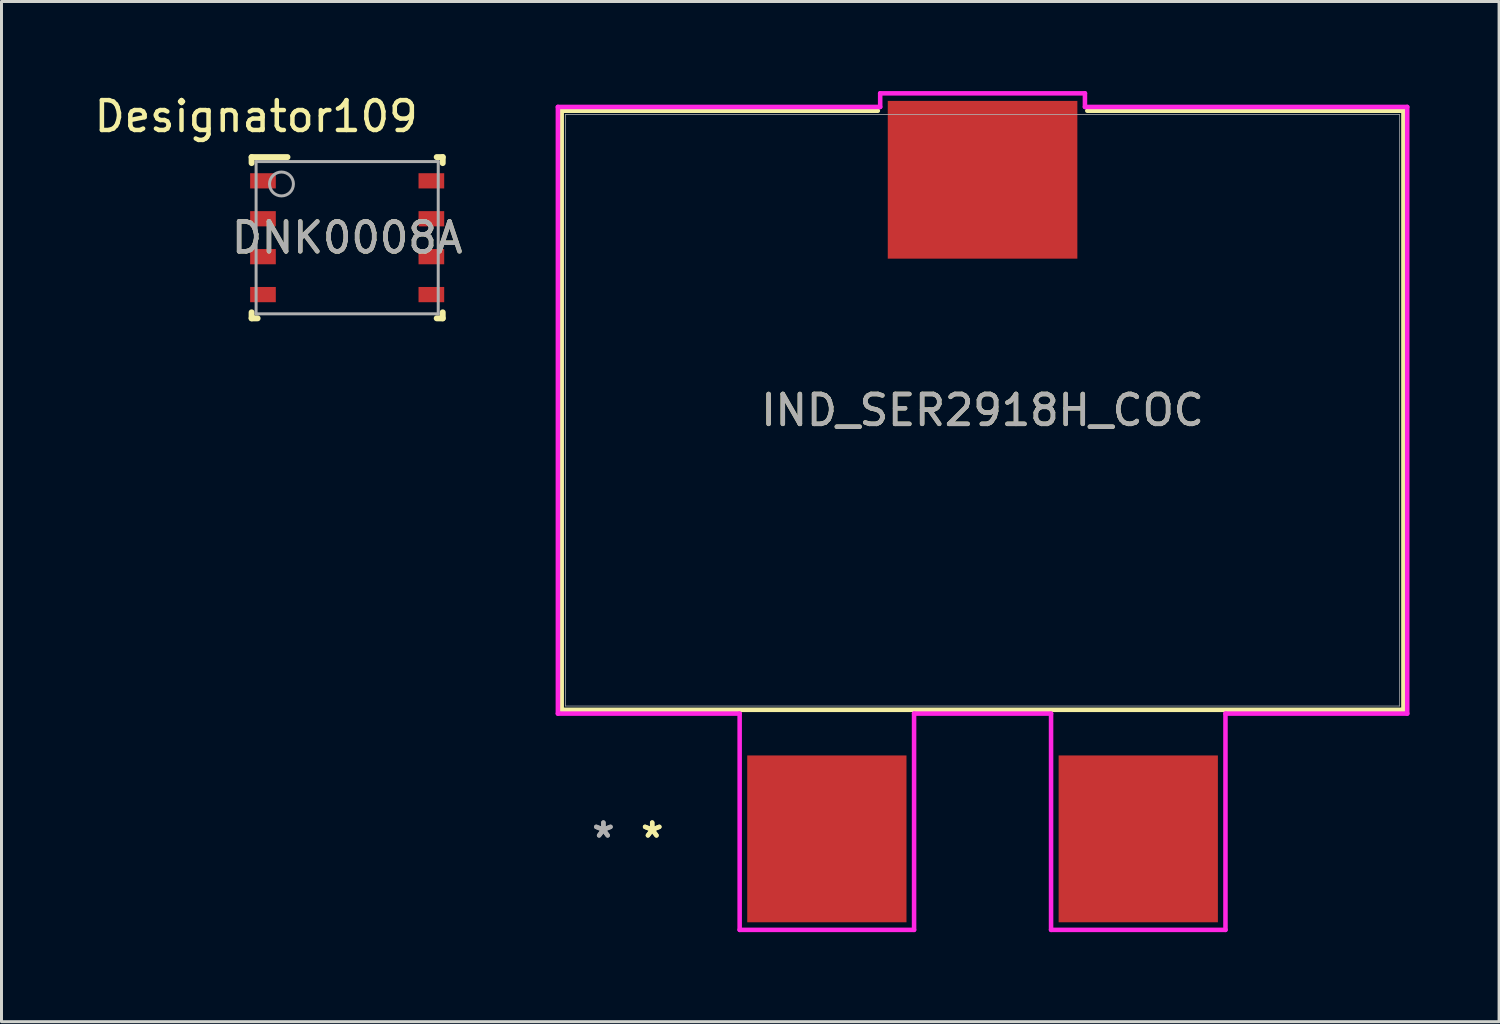
<source format=kicad_pcb>
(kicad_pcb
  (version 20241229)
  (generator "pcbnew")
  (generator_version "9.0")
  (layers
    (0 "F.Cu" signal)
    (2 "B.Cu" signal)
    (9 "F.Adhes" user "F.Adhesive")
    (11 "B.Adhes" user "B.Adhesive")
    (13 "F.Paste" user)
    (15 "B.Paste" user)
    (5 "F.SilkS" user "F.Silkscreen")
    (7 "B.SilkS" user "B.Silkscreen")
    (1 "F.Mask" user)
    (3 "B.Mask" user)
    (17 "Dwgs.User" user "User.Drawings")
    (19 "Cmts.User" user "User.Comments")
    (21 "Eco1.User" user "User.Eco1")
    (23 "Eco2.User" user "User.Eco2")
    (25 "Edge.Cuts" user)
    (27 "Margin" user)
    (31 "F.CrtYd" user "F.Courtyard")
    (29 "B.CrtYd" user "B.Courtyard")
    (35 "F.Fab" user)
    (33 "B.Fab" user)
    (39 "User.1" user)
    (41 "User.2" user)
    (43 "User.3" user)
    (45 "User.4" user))
  (footprint "DNK0008A"
    (layer "F.Cu")
    (at 8.578 4.912)
    (property "Reference" "DNK0008A" (at 0 0 0) (unlocked yes) (layer "F.SilkS") (effects (font (size 1 1) (thickness 0.15))))
    (attr smd)
    (fp_line (start -3.2 -2.7) (end -2 -2.7) (stroke (width 0.2) (type solid)) (layer "F.SilkS"))
    (fp_line (start -3.2 -2.5) (end -3.2 -2.7) (stroke (width 0.2) (type solid)) (layer "F.SilkS"))
    (fp_line (start -3.2 2.7) (end -3.2 2.5) (stroke (width 0.2) (type solid)) (layer "F.SilkS"))
    (fp_line (start -3.2 2.7) (end -3 2.7) (stroke (width 0.2) (type solid)) (layer "F.SilkS"))
    (fp_line (start 3 -2.7) (end 3.2 -2.7) (stroke (width 0.2) (type solid)) (layer "F.SilkS"))
    (fp_line (start 3 2.7) (end 3.2 2.7) (stroke (width 0.2) (type solid)) (layer "F.SilkS"))
    (fp_line (start 3.2 -2.5) (end 3.2 -2.7) (stroke (width 0.2) (type solid)) (layer "F.SilkS"))
    (fp_line (start 3.2 2.7) (end 3.2 2.5) (stroke (width 0.2) (type solid)) (layer "F.SilkS"))
    (fp_poly (pts (xy -0.92 -0.886) (xy -0.92 -2.054) (xy -0.919 -2.064) (xy -0.916 -2.074) (xy -0.911 -2.082) (xy -0.905 -2.09) (xy -0.897 -2.096) (xy -0.889 -2.101) (xy -0.879 -2.104) (xy -0.869 -2.105) (xy 0.509 -2.105) (xy 0.519 -2.104) (xy 0.529 -2.101) (xy 0.537 -2.096) (xy 0.545 -2.09) (xy 0.551 -2.082) (xy 0.556 -2.074) (xy 0.559 -2.064) (xy 0.56 -2.054) (xy 0.56 -0.886) (xy 0.559 -0.876) (xy 0.556 -0.866) (xy 0.551 -0.858) (xy 0.545 -0.85) (xy 0.537 -0.844) (xy 0.529 -0.839) (xy 0.519 -0.836) (xy 0.509 -0.835) (xy -0.869 -0.835) (xy -0.879 -0.836) (xy -0.889 -0.839) (xy -0.897 -0.844) (xy -0.905 -0.85) (xy -0.911 -0.858) (xy -0.916 -0.866) (xy -0.919 -0.876)) (stroke (width 0) (type solid)) (fill yes) (layer "F.Paste"))
    (fp_poly (pts (xy -0.92 0.584) (xy -0.92 -0.584) (xy -0.919 -0.594) (xy -0.916 -0.604) (xy -0.911 -0.612) (xy -0.905 -0.62) (xy -0.897 -0.626) (xy -0.889 -0.631) (xy -0.879 -0.634) (xy -0.869 -0.635) (xy 0.509 -0.635) (xy 0.519 -0.634) (xy 0.529 -0.631) (xy 0.537 -0.626) (xy 0.545 -0.62) (xy 0.551 -0.612) (xy 0.556 -0.604) (xy 0.559 -0.594) (xy 0.56 -0.584) (xy 0.56 0.584) (xy 0.559 0.594) (xy 0.556 0.604) (xy 0.551 0.612) (xy 0.545 0.62) (xy 0.537 0.626) (xy 0.529 0.631) (xy 0.519 0.634) (xy 0.509 0.635) (xy -0.869 0.635) (xy -0.879 0.634) (xy -0.889 0.631) (xy -0.897 0.626) (xy -0.905 0.62) (xy -0.911 0.612) (xy -0.916 0.604) (xy -0.919 0.594)) (stroke (width 0) (type solid)) (fill yes) (layer "F.Paste"))
    (fp_poly (pts (xy -0.92 2.054) (xy -0.92 0.886) (xy -0.919 0.876) (xy -0.916 0.866) (xy -0.911 0.858) (xy -0.905 0.85) (xy -0.897 0.844) (xy -0.889 0.839) (xy -0.879 0.836) (xy -0.869 0.835) (xy 0.509 0.835) (xy 0.519 0.836) (xy 0.529 0.839) (xy 0.537 0.844) (xy 0.545 0.85) (xy 0.551 0.858) (xy 0.556 0.866) (xy 0.559 0.876) (xy 0.56 0.886) (xy 0.56 2.054) (xy 0.559 2.064) (xy 0.556 2.074) (xy 0.551 2.082) (xy 0.545 2.09) (xy 0.537 2.096) (xy 0.529 2.101) (xy 0.519 2.104) (xy 0.509 2.105) (xy -0.869 2.105) (xy -0.879 2.104) (xy -0.889 2.101) (xy -0.897 2.096) (xy -0.905 2.09) (xy -0.911 2.082) (xy -0.916 2.074) (xy -0.919 2.064)) (stroke (width 0) (type solid)) (fill yes) (layer "F.Paste"))
    (fp_poly (pts (xy 0.76 -0.886) (xy 0.76 -2.054) (xy 0.761 -2.064) (xy 0.764 -2.074) (xy 0.769 -2.082) (xy 0.775 -2.09) (xy 0.783 -2.096) (xy 0.791 -2.101) (xy 0.801 -2.104) (xy 0.811 -2.105) (xy 2.189 -2.105) (xy 2.199 -2.104) (xy 2.209 -2.101) (xy 2.217 -2.096) (xy 2.225 -2.09) (xy 2.231 -2.082) (xy 2.236 -2.074) (xy 2.239 -2.064) (xy 2.24 -2.054) (xy 2.24 -0.886) (xy 2.239 -0.876) (xy 2.236 -0.866) (xy 2.231 -0.858) (xy 2.225 -0.85) (xy 2.217 -0.844) (xy 2.209 -0.839) (xy 2.199 -0.836) (xy 2.189 -0.835) (xy 0.811 -0.835) (xy 0.801 -0.836) (xy 0.791 -0.839) (xy 0.783 -0.844) (xy 0.775 -0.85) (xy 0.769 -0.858) (xy 0.764 -0.866) (xy 0.761 -0.876)) (stroke (width 0) (type solid)) (fill yes) (layer "F.Paste"))
    (fp_poly (pts (xy 0.76 0.584) (xy 0.76 -0.584) (xy 0.761 -0.594) (xy 0.764 -0.604) (xy 0.769 -0.612) (xy 0.775 -0.62) (xy 0.783 -0.626) (xy 0.791 -0.631) (xy 0.801 -0.634) (xy 0.811 -0.635) (xy 2.189 -0.635) (xy 2.199 -0.634) (xy 2.209 -0.631) (xy 2.217 -0.626) (xy 2.225 -0.62) (xy 2.231 -0.612) (xy 2.236 -0.604) (xy 2.239 -0.594) (xy 2.24 -0.584) (xy 2.24 0.584) (xy 2.239 0.594) (xy 2.236 0.604) (xy 2.231 0.612) (xy 2.225 0.62) (xy 2.217 0.626) (xy 2.209 0.631) (xy 2.199 0.634) (xy 2.189 0.635) (xy 0.811 0.635) (xy 0.801 0.634) (xy 0.791 0.631) (xy 0.783 0.626) (xy 0.775 0.62) (xy 0.769 0.612) (xy 0.764 0.604) (xy 0.761 0.594)) (stroke (width 0) (type solid)) (fill yes) (layer "F.Paste"))
    (fp_poly (pts (xy 0.76 2.054) (xy 0.76 0.886) (xy 0.761 0.876) (xy 0.764 0.866) (xy 0.769 0.858) (xy 0.775 0.85) (xy 0.783 0.844) (xy 0.791 0.839) (xy 0.801 0.836) (xy 0.811 0.835) (xy 2.189 0.835) (xy 2.199 0.836) (xy 2.209 0.839) (xy 2.217 0.844) (xy 2.225 0.85) (xy 2.231 0.858) (xy 2.236 0.866) (xy 2.239 0.876) (xy 2.24 0.886) (xy 2.24 2.054) (xy 2.239 2.064) (xy 2.236 2.074) (xy 2.231 2.082) (xy 2.225 2.09) (xy 2.217 2.096) (xy 2.209 2.101) (xy 2.199 2.104) (xy 2.189 2.105) (xy 0.811 2.105) (xy 0.801 2.104) (xy 0.791 2.101) (xy 0.783 2.096) (xy 0.775 2.09) (xy 0.769 2.082) (xy 0.764 2.074) (xy 0.761 2.064)) (stroke (width 0) (type solid)) (fill yes) (layer "F.Paste"))
    (fp_line (start -3.05 -2.55) (end 3.05 -2.55) (stroke (width 0.1) (type solid)) (layer "F.Fab"))
    (fp_line (start -3.05 2.55) (end -3.05 -2.55) (stroke (width 0.1) (type solid)) (layer "F.Fab"))
    (fp_line (start -3.05 2.55) (end 3.05 2.55) (stroke (width 0.1) (type solid)) (layer "F.Fab"))
    (fp_line (start 3.05 2.55) (end 3.05 -2.55) (stroke (width 0.1) (type solid)) (layer "F.Fab"))
    (fp_circle (center -2.2 -1.8) (end -1.8 -1.8) (stroke (width 0.1) (type solid)) (fill no) (layer "F.Fab"))
    (fp_text user "Designator109" (at -3.048 -4.064 0) (unlocked yes) (layer "F.SilkS") (effects (font (size 1 1) (thickness 0.15))))
    (fp_text user "${REFERENCE}" (at 0 0 0) (unlocked yes) (layer "F.Fab") (effects (font (size 1 1) (thickness 0.15))))
    (pad "1" smd rect (at -2.82 -1.905) (size 0.86 0.51) (layers "F.Cu" "F.Mask" "F.Paste"))
    (pad "2" smd rect (at -2.82 -0.635) (size 0.86 0.51) (layers "F.Cu" "F.Mask" "F.Paste"))
    (pad "3" smd rect (at -2.82 0.635) (size 0.86 0.51) (layers "F.Cu" "F.Mask" "F.Paste"))
    (pad "4" smd rect (at -2.82 1.905) (size 0.86 0.51) (layers "F.Cu" "F.Mask" "F.Paste"))
    (pad "5" smd rect (at 2.82 1.905) (size 0.86 0.51) (layers "F.Cu" "F.Mask" "F.Paste"))
    (pad "6" smd rect (at 2.82 0.635) (size 0.86 0.51) (layers "F.Cu" "F.Mask" "F.Paste"))
    (pad "7" smd rect (at 2.82 -0.635) (size 0.86 0.51) (layers "F.Cu" "F.Mask" "F.Paste"))
    (pad "8" smd rect (at 2.82 -1.905) (size 0.86 0.51) (layers "F.Cu" "F.Mask" "F.Paste")))
  (footprint "IND_SER2918H_COC"
    (layer "F.Cu")
    (at 29.86 10.692)
    (property "Reference" "IND_SER2918H_COC" (at 0 0 0) (unlocked yes) (layer "F.SilkS") (effects (font (size 1 1) (thickness 0.15))))
    (attr smd)
    (fp_line (start -14.097 -10.033) (end -14.097 10.033) (stroke (width 0.152) (type solid)) (layer "F.SilkS"))
    (fp_line (start -14.097 10.033) (end 14.097 10.033) (stroke (width 0.152) (type solid)) (layer "F.SilkS"))
    (fp_line (start -3.508 -10.033) (end -14.097 -10.033) (stroke (width 0.152) (type solid)) (layer "F.SilkS"))
    (fp_line (start 14.097 -10.033) (end 3.508 -10.033) (stroke (width 0.152) (type solid)) (layer "F.SilkS"))
    (fp_line (start 14.097 10.033) (end 14.097 -10.033) (stroke (width 0.152) (type solid)) (layer "F.SilkS"))
    (fp_line (start -14.224 -10.16) (end -14.224 10.16) (stroke (width 0.152) (type solid)) (layer "F.CrtYd"))
    (fp_line (start -14.224 10.16) (end -8.136 10.16) (stroke (width 0.152) (type solid)) (layer "F.CrtYd"))
    (fp_line (start -8.136 10.16) (end -8.136 17.403) (stroke (width 0.152) (type solid)) (layer "F.CrtYd"))
    (fp_line (start -8.136 17.403) (end -2.294 17.403) (stroke (width 0.152) (type solid)) (layer "F.CrtYd"))
    (fp_line (start -3.429 -10.616) (end -3.429 -10.16) (stroke (width 0.152) (type solid)) (layer "F.CrtYd"))
    (fp_line (start -3.429 -10.16) (end -14.224 -10.16) (stroke (width 0.152) (type solid)) (layer "F.CrtYd"))
    (fp_line (start -2.294 10.16) (end 2.294 10.16) (stroke (width 0.152) (type solid)) (layer "F.CrtYd"))
    (fp_line (start -2.294 17.403) (end -2.294 10.16) (stroke (width 0.152) (type solid)) (layer "F.CrtYd"))
    (fp_line (start 2.294 10.16) (end 2.294 17.403) (stroke (width 0.152) (type solid)) (layer "F.CrtYd"))
    (fp_line (start 2.294 17.403) (end 8.136 17.403) (stroke (width 0.152) (type solid)) (layer "F.CrtYd"))
    (fp_line (start 3.429 -10.616) (end -3.429 -10.616) (stroke (width 0.152) (type solid)) (layer "F.CrtYd"))
    (fp_line (start 3.429 -10.16) (end 3.429 -10.616) (stroke (width 0.152) (type solid)) (layer "F.CrtYd"))
    (fp_line (start 8.136 10.16) (end 14.224 10.16) (stroke (width 0.152) (type solid)) (layer "F.CrtYd"))
    (fp_line (start 8.136 17.403) (end 8.136 10.16) (stroke (width 0.152) (type solid)) (layer "F.CrtYd"))
    (fp_line (start 14.224 -10.16) (end 3.429 -10.16) (stroke (width 0.152) (type solid)) (layer "F.CrtYd"))
    (fp_line (start 14.224 10.16) (end 14.224 -10.16) (stroke (width 0.152) (type solid)) (layer "F.CrtYd"))
    (fp_line (start -13.97 -9.906) (end -13.97 9.906) (stroke (width 0.025) (type solid)) (layer "F.Fab"))
    (fp_line (start -13.97 9.906) (end 13.97 9.906) (stroke (width 0.025) (type solid)) (layer "F.Fab"))
    (fp_line (start 13.97 -9.906) (end -13.97 -9.906) (stroke (width 0.025) (type solid)) (layer "F.Fab"))
    (fp_line (start 13.97 9.906) (end 13.97 -9.906) (stroke (width 0.025) (type solid)) (layer "F.Fab"))
    (fp_text user "*" (at -11.065 14.355 0) (unlocked yes) (layer "F.SilkS") (effects (font (size 1 1) (thickness 0.15))))
    (fp_text user "*" (at -11.065 14.355 0) (layer "F.SilkS") (effects (font (size 1 1) (thickness 0.15))))
    (fp_text user "${REFERENCE}" (at 0 0 0) (unlocked yes) (layer "F.Fab") (effects (font (size 1 1) (thickness 0.15))))
    (fp_text user "*" (at -12.7 14.355 0) (layer "F.Fab") (effects (font (size 1 1) (thickness 0.15))))
    (fp_text user "*" (at -12.7 14.355 0) (unlocked yes) (layer "F.Fab") (effects (font (size 1 1) (thickness 0.15))))
    (pad "1" smd rect (at -5.215 14.355) (size 5.334 5.588) (layers "F.Cu" "F.Mask" "F.Paste"))
    (pad "2" smd rect (at 5.215 14.355) (size 5.334 5.588) (layers "F.Cu" "F.Mask" "F.Paste"))
    (pad "3" smd rect (at 0 -7.72) (size 6.35 5.283) (layers "F.Cu" "F.Mask" "F.Paste")))
  (gr_rect
    (start -3 -3)
    (end 47.16 31.171)
    (stroke (width 0.1) (type default))
    (fill no)
    (layer "Edge.Cuts")))
</source>
